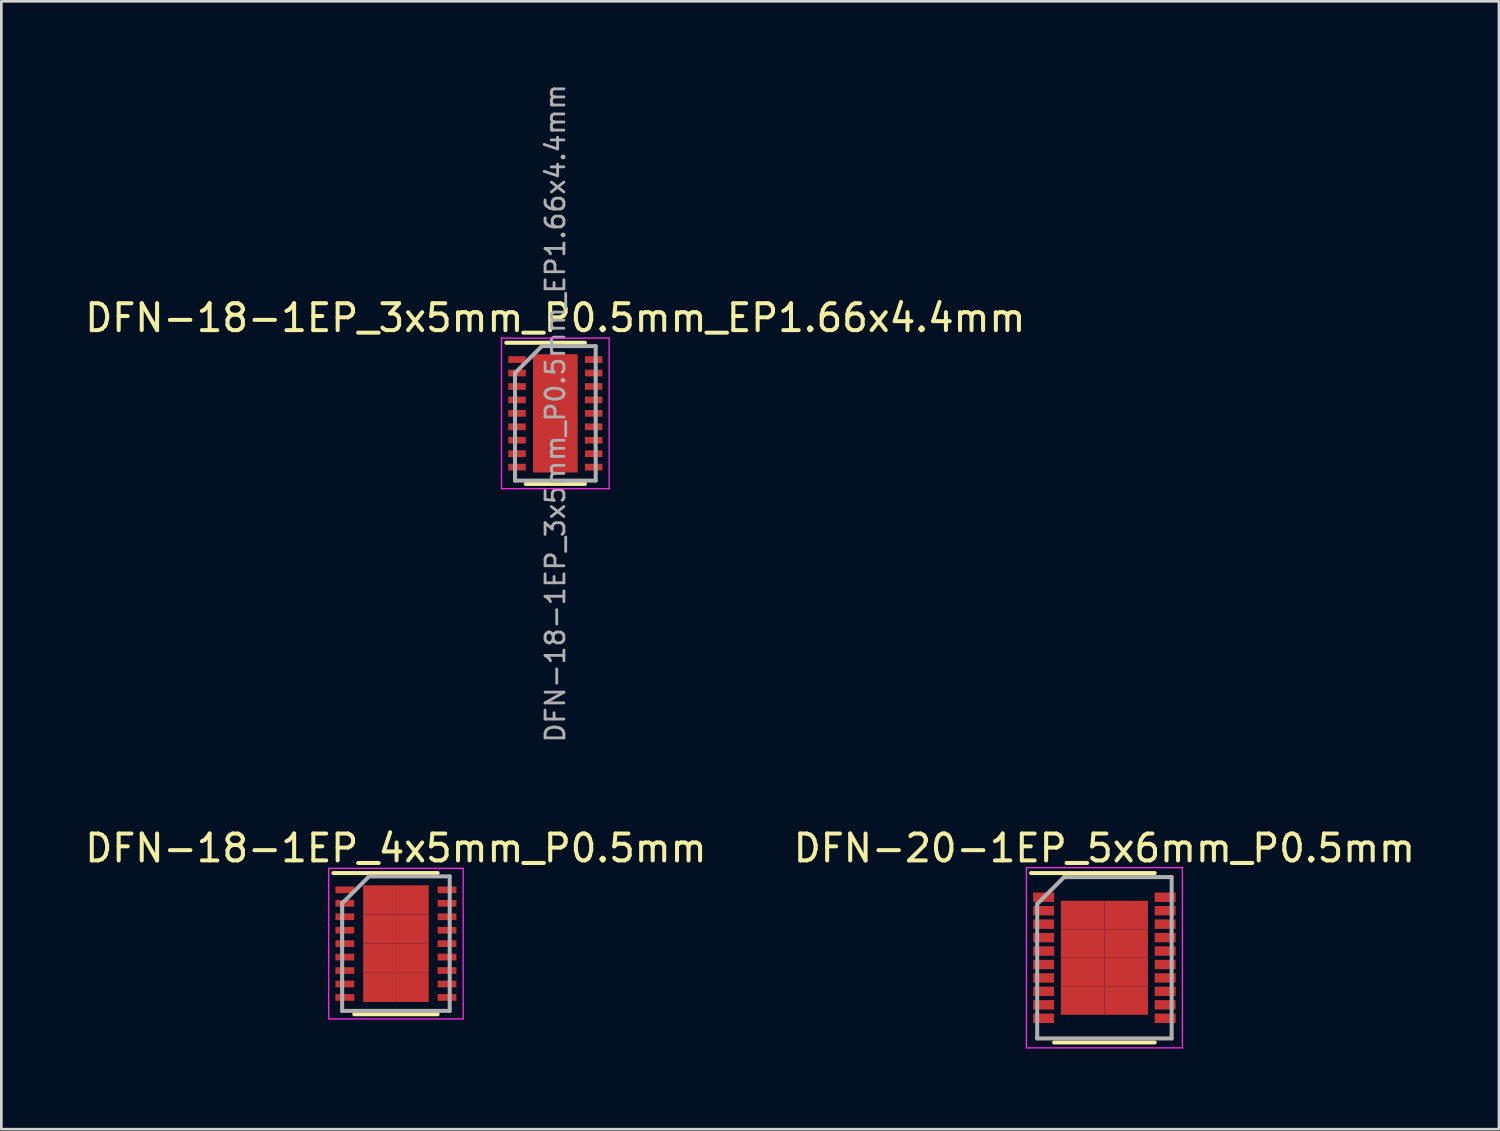
<source format=kicad_pcb>
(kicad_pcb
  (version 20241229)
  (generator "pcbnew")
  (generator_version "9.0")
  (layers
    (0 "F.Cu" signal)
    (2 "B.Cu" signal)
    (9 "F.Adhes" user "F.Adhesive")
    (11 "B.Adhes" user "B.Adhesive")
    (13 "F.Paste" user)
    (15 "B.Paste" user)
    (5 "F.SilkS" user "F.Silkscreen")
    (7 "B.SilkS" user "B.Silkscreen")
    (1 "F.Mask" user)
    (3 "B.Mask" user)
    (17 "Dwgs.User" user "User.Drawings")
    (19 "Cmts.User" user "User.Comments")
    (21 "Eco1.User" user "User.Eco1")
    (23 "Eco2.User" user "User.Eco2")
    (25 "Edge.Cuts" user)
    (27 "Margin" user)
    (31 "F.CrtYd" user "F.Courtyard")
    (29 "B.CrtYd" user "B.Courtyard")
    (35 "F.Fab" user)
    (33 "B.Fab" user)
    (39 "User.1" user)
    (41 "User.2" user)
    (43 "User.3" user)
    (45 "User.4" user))
  (footprint "DFN-18-1EP_3x5mm_P0.5mm_EP1.66x4.4mm"
    (layer "F.Cu")
    (at 17.601 12.321)
    (property "Reference" "DFN-18-1EP_3x5mm_P0.5mm_EP1.66x4.4mm" (at 0 -3.55 0) (layer "F.SilkS") (effects (font (size 1 1) (thickness 0.15))))
    (attr smd)
    (fp_line (start -1.825 -2.625) (end 1.1 -2.625) (stroke (width 0.15) (type solid)) (layer "F.SilkS"))
    (fp_line (start -1.1 2.625) (end 1.1 2.625) (stroke (width 0.15) (type solid)) (layer "F.SilkS"))
    (fp_line (start -2 -2.8) (end -2 2.8) (stroke (width 0.05) (type solid)) (layer "F.CrtYd"))
    (fp_line (start -2 -2.8) (end 2 -2.8) (stroke (width 0.05) (type solid)) (layer "F.CrtYd"))
    (fp_line (start -2 2.8) (end 2 2.8) (stroke (width 0.05) (type solid)) (layer "F.CrtYd"))
    (fp_line (start 2 -2.8) (end 2 2.8) (stroke (width 0.05) (type solid)) (layer "F.CrtYd"))
    (fp_line (start -1.5 -1.5) (end -0.5 -2.5) (stroke (width 0.15) (type solid)) (layer "F.Fab"))
    (fp_line (start -1.5 2.5) (end -1.5 -1.5) (stroke (width 0.15) (type solid)) (layer "F.Fab"))
    (fp_line (start -0.5 -2.5) (end 1.5 -2.5) (stroke (width 0.15) (type solid)) (layer "F.Fab"))
    (fp_line (start 1.5 -2.5) (end 1.5 2.5) (stroke (width 0.15) (type solid)) (layer "F.Fab"))
    (fp_line (start 1.5 2.5) (end -1.5 2.5) (stroke (width 0.15) (type solid)) (layer "F.Fab"))
    (fp_text user "${REFERENCE}" (at 0 0 90) (layer "F.Fab") (effects (font (size 0.7 0.7) (thickness 0.105))))
    (pad "" smd rect (at -0.415 -1.76) (size 0.67 0.71) (layers "F.Paste"))
    (pad "" smd rect (at -0.415 -0.88) (size 0.67 0.71) (layers "F.Paste"))
    (pad "" smd rect (at -0.415 0) (size 0.67 0.71) (layers "F.Paste"))
    (pad "" smd rect (at -0.415 0.88) (size 0.67 0.71) (layers "F.Paste"))
    (pad "" smd rect (at -0.415 1.76) (size 0.67 0.71) (layers "F.Paste"))
    (pad "" smd rect (at 0.415 -1.76) (size 0.67 0.71) (layers "F.Paste"))
    (pad "" smd rect (at 0.415 -0.88) (size 0.67 0.71) (layers "F.Paste"))
    (pad "" smd rect (at 0.415 0) (size 0.67 0.71) (layers "F.Paste"))
    (pad "" smd rect (at 0.415 0.88) (size 0.67 0.71) (layers "F.Paste"))
    (pad "" smd rect (at 0.415 1.76) (size 0.67 0.71) (layers "F.Paste"))
    (pad "1" smd rect (at -1.425 -2) (size 0.65 0.25) (layers "F.Cu" "F.Mask" "F.Paste"))
    (pad "2" smd rect (at -1.425 -1.5) (size 0.65 0.25) (layers "F.Cu" "F.Mask" "F.Paste"))
    (pad "3" smd rect (at -1.425 -1) (size 0.65 0.25) (layers "F.Cu" "F.Mask" "F.Paste"))
    (pad "4" smd rect (at -1.425 -0.5) (size 0.65 0.25) (layers "F.Cu" "F.Mask" "F.Paste"))
    (pad "5" smd rect (at -1.425 0) (size 0.65 0.25) (layers "F.Cu" "F.Mask" "F.Paste"))
    (pad "6" smd rect (at -1.425 0.5) (size 0.65 0.25) (layers "F.Cu" "F.Mask" "F.Paste"))
    (pad "7" smd rect (at -1.425 1) (size 0.65 0.25) (layers "F.Cu" "F.Mask" "F.Paste"))
    (pad "8" smd rect (at -1.425 1.5) (size 0.65 0.25) (layers "F.Cu" "F.Mask" "F.Paste"))
    (pad "9" smd rect (at -1.425 2) (size 0.65 0.25) (layers "F.Cu" "F.Mask" "F.Paste"))
    (pad "10" smd rect (at 1.425 2) (size 0.65 0.25) (layers "F.Cu" "F.Mask" "F.Paste"))
    (pad "11" smd rect (at 1.425 1.5) (size 0.65 0.25) (layers "F.Cu" "F.Mask" "F.Paste"))
    (pad "12" smd rect (at 1.425 1) (size 0.65 0.25) (layers "F.Cu" "F.Mask" "F.Paste"))
    (pad "13" smd rect (at 1.425 0.5) (size 0.65 0.25) (layers "F.Cu" "F.Mask" "F.Paste"))
    (pad "14" smd rect (at 1.425 0) (size 0.65 0.25) (layers "F.Cu" "F.Mask" "F.Paste"))
    (pad "15" smd rect (at 1.425 -0.5) (size 0.65 0.25) (layers "F.Cu" "F.Mask" "F.Paste"))
    (pad "16" smd rect (at 1.425 -1) (size 0.65 0.25) (layers "F.Cu" "F.Mask" "F.Paste"))
    (pad "17" smd rect (at 1.425 -1.5) (size 0.65 0.25) (layers "F.Cu" "F.Mask" "F.Paste"))
    (pad "18" smd rect (at 1.425 -2) (size 0.65 0.25) (layers "F.Cu" "F.Mask" "F.Paste"))
    (pad "19" smd rect (at 0 0) (size 1.66 4.4) (layers "F.Cu" "F.Mask")))
  (footprint "DFN-20-1EP_5x6mm_P0.5mm"
    (layer "F.Cu")
    (at 38.018 32.565)
    (property "Reference" "DFN-20-1EP_5x6mm_P0.5mm" (at 0 -4.075 0) (layer "F.SilkS") (effects (font (size 1 1) (thickness 0.15))))
    (attr smd)
    (fp_line (start -2.725 -3.15) (end 1.87 -3.15) (stroke (width 0.15) (type solid)) (layer "F.SilkS"))
    (fp_line (start -1.87 3.15) (end 1.87 3.15) (stroke (width 0.15) (type solid)) (layer "F.SilkS"))
    (fp_line (start -2.9 -3.35) (end -2.9 3.35) (stroke (width 0.05) (type solid)) (layer "F.CrtYd"))
    (fp_line (start -2.9 -3.35) (end 2.9 -3.35) (stroke (width 0.05) (type solid)) (layer "F.CrtYd"))
    (fp_line (start -2.9 3.35) (end 2.9 3.35) (stroke (width 0.05) (type solid)) (layer "F.CrtYd"))
    (fp_line (start 2.9 -3.35) (end 2.9 3.35) (stroke (width 0.05) (type solid)) (layer "F.CrtYd"))
    (fp_line (start -2.5 -2) (end -1.5 -3) (stroke (width 0.15) (type solid)) (layer "F.Fab"))
    (fp_line (start -2.5 3) (end -2.5 -2) (stroke (width 0.15) (type solid)) (layer "F.Fab"))
    (fp_line (start -1.5 -3) (end 2.5 -3) (stroke (width 0.15) (type solid)) (layer "F.Fab"))
    (fp_line (start 2.5 -3) (end 2.5 3) (stroke (width 0.15) (type solid)) (layer "F.Fab"))
    (fp_line (start 2.5 3) (end -2.5 3) (stroke (width 0.15) (type solid)) (layer "F.Fab"))
    (pad "1" smd rect (at -2.26 -2.25) (size 0.78 0.35) (layers "F.Cu" "F.Mask" "F.Paste"))
    (pad "2" smd rect (at -2.26 -1.75) (size 0.78 0.35) (layers "F.Cu" "F.Mask" "F.Paste"))
    (pad "3" smd rect (at -2.26 -1.25) (size 0.78 0.35) (layers "F.Cu" "F.Mask" "F.Paste"))
    (pad "4" smd rect (at -2.26 -0.75) (size 0.78 0.35) (layers "F.Cu" "F.Mask" "F.Paste"))
    (pad "5" smd rect (at -2.26 -0.25) (size 0.78 0.35) (layers "F.Cu" "F.Mask" "F.Paste"))
    (pad "6" smd rect (at -2.26 0.25) (size 0.78 0.35) (layers "F.Cu" "F.Mask" "F.Paste"))
    (pad "7" smd rect (at -2.26 0.75) (size 0.78 0.35) (layers "F.Cu" "F.Mask" "F.Paste"))
    (pad "8" smd rect (at -2.26 1.25) (size 0.78 0.35) (layers "F.Cu" "F.Mask" "F.Paste"))
    (pad "9" smd rect (at -2.26 1.75) (size 0.78 0.35) (layers "F.Cu" "F.Mask" "F.Paste"))
    (pad "10" smd rect (at -2.26 2.25) (size 0.78 0.35) (layers "F.Cu" "F.Mask" "F.Paste"))
    (pad "11" smd rect (at 2.26 2.25) (size 0.78 0.35) (layers "F.Cu" "F.Mask" "F.Paste"))
    (pad "12" smd rect (at 2.26 1.75) (size 0.78 0.35) (layers "F.Cu" "F.Mask" "F.Paste"))
    (pad "13" smd rect (at 2.26 1.25) (size 0.78 0.35) (layers "F.Cu" "F.Mask" "F.Paste"))
    (pad "14" smd rect (at 2.26 0.75) (size 0.78 0.35) (layers "F.Cu" "F.Mask" "F.Paste"))
    (pad "15" smd rect (at 2.26 0.25) (size 0.78 0.35) (layers "F.Cu" "F.Mask" "F.Paste"))
    (pad "16" smd rect (at 2.26 -0.25) (size 0.78 0.35) (layers "F.Cu" "F.Mask" "F.Paste"))
    (pad "17" smd rect (at 2.26 -0.75) (size 0.78 0.35) (layers "F.Cu" "F.Mask" "F.Paste"))
    (pad "18" smd rect (at 2.26 -1.25) (size 0.78 0.35) (layers "F.Cu" "F.Mask" "F.Paste"))
    (pad "19" smd rect (at 2.26 -1.75) (size 0.78 0.35) (layers "F.Cu" "F.Mask" "F.Paste"))
    (pad "20" smd rect (at 2.26 -2.25) (size 0.78 0.35) (layers "F.Cu" "F.Mask" "F.Paste"))
    (pad "21" smd rect (at -0.81 -1.59) (size 1.62 1.06) (layers "F.Cu" "F.Mask" "F.Paste"))
    (pad "21" smd rect (at -0.81 -0.53) (size 1.62 1.06) (layers "F.Cu" "F.Mask" "F.Paste"))
    (pad "21" smd rect (at -0.81 0.53) (size 1.62 1.06) (layers "F.Cu" "F.Mask" "F.Paste"))
    (pad "21" smd rect (at -0.81 1.59) (size 1.62 1.06) (layers "F.Cu" "F.Mask" "F.Paste"))
    (pad "21" smd rect (at 0.81 -1.59) (size 1.62 1.06) (layers "F.Cu" "F.Mask" "F.Paste"))
    (pad "21" smd rect (at 0.81 -0.53) (size 1.62 1.06) (layers "F.Cu" "F.Mask" "F.Paste"))
    (pad "21" smd rect (at 0.81 0.53) (size 1.62 1.06) (layers "F.Cu" "F.Mask" "F.Paste"))
    (pad "21" smd rect (at 0.81 1.59) (size 1.62 1.06) (layers "F.Cu" "F.Mask" "F.Paste")))
  (footprint "DFN-18-1EP_4x5mm_P0.5mm"
    (layer "F.Cu")
    (at 11.673 32.04)
    (property "Reference" "DFN-18-1EP_4x5mm_P0.5mm" (at 0 -3.55 0) (layer "F.SilkS") (effects (font (size 1 1) (thickness 0.15))))
    (attr smd)
    (fp_line (start -2.325 -2.625) (end 1.55 -2.625) (stroke (width 0.15) (type solid)) (layer "F.SilkS"))
    (fp_line (start -1.55 2.625) (end 1.55 2.625) (stroke (width 0.15) (type solid)) (layer "F.SilkS"))
    (fp_line (start -2.5 -2.8) (end -2.5 2.8) (stroke (width 0.05) (type solid)) (layer "F.CrtYd"))
    (fp_line (start -2.5 -2.8) (end 2.5 -2.8) (stroke (width 0.05) (type solid)) (layer "F.CrtYd"))
    (fp_line (start -2.5 2.8) (end 2.5 2.8) (stroke (width 0.05) (type solid)) (layer "F.CrtYd"))
    (fp_line (start 2.5 -2.8) (end 2.5 2.8) (stroke (width 0.05) (type solid)) (layer "F.CrtYd"))
    (fp_line (start -2 -1.5) (end -1 -2.5) (stroke (width 0.15) (type solid)) (layer "F.Fab"))
    (fp_line (start -2 2.5) (end -2 -1.5) (stroke (width 0.15) (type solid)) (layer "F.Fab"))
    (fp_line (start -1 -2.5) (end 2 -2.5) (stroke (width 0.15) (type solid)) (layer "F.Fab"))
    (fp_line (start 2 -2.5) (end 2 2.5) (stroke (width 0.15) (type solid)) (layer "F.Fab"))
    (fp_line (start 2 2.5) (end -2 2.5) (stroke (width 0.15) (type solid)) (layer "F.Fab"))
    (pad "1" smd rect (at -1.9 -2) (size 0.7 0.25) (layers "F.Cu" "F.Mask" "F.Paste"))
    (pad "2" smd rect (at -1.9 -1.5) (size 0.7 0.25) (layers "F.Cu" "F.Mask" "F.Paste"))
    (pad "3" smd rect (at -1.9 -1) (size 0.7 0.25) (layers "F.Cu" "F.Mask" "F.Paste"))
    (pad "4" smd rect (at -1.9 -0.5) (size 0.7 0.25) (layers "F.Cu" "F.Mask" "F.Paste"))
    (pad "5" smd rect (at -1.9 0) (size 0.7 0.25) (layers "F.Cu" "F.Mask" "F.Paste"))
    (pad "6" smd rect (at -1.9 0.5) (size 0.7 0.25) (layers "F.Cu" "F.Mask" "F.Paste"))
    (pad "7" smd rect (at -1.9 1) (size 0.7 0.25) (layers "F.Cu" "F.Mask" "F.Paste"))
    (pad "8" smd rect (at -1.9 1.5) (size 0.7 0.25) (layers "F.Cu" "F.Mask" "F.Paste"))
    (pad "9" smd rect (at -1.9 2) (size 0.7 0.25) (layers "F.Cu" "F.Mask" "F.Paste"))
    (pad "10" smd rect (at 1.9 2) (size 0.7 0.25) (layers "F.Cu" "F.Mask" "F.Paste"))
    (pad "11" smd rect (at 1.9 1.5) (size 0.7 0.25) (layers "F.Cu" "F.Mask" "F.Paste"))
    (pad "12" smd rect (at 1.9 1) (size 0.7 0.25) (layers "F.Cu" "F.Mask" "F.Paste"))
    (pad "13" smd rect (at 1.9 0.5) (size 0.7 0.25) (layers "F.Cu" "F.Mask" "F.Paste"))
    (pad "14" smd rect (at 1.9 0) (size 0.7 0.25) (layers "F.Cu" "F.Mask" "F.Paste"))
    (pad "15" smd rect (at 1.9 -0.5) (size 0.7 0.25) (layers "F.Cu" "F.Mask" "F.Paste"))
    (pad "16" smd rect (at 1.9 -1) (size 0.7 0.25) (layers "F.Cu" "F.Mask" "F.Paste"))
    (pad "17" smd rect (at 1.9 -1.5) (size 0.7 0.25) (layers "F.Cu" "F.Mask" "F.Paste"))
    (pad "18" smd rect (at 1.9 -2) (size 0.7 0.25) (layers "F.Cu" "F.Mask" "F.Paste"))
    (pad "19" smd rect (at -0.61 -1.627) (size 1.22 1.085) (layers "F.Cu" "F.Mask" "F.Paste"))
    (pad "19" smd rect (at -0.61 -0.542) (size 1.22 1.085) (layers "F.Cu" "F.Mask" "F.Paste"))
    (pad "19" smd rect (at -0.61 0.542) (size 1.22 1.085) (layers "F.Cu" "F.Mask" "F.Paste"))
    (pad "19" smd rect (at -0.61 1.627) (size 1.22 1.085) (layers "F.Cu" "F.Mask" "F.Paste"))
    (pad "19" smd rect (at 0.61 -1.627) (size 1.22 1.085) (layers "F.Cu" "F.Mask" "F.Paste"))
    (pad "19" smd rect (at 0.61 -0.542) (size 1.22 1.085) (layers "F.Cu" "F.Mask" "F.Paste"))
    (pad "19" smd rect (at 0.61 0.542) (size 1.22 1.085) (layers "F.Cu" "F.Mask" "F.Paste"))
    (pad "19" smd rect (at 0.61 1.627) (size 1.22 1.085) (layers "F.Cu" "F.Mask" "F.Paste")))
  (gr_rect
    (start -3 -3)
    (end 52.69 38.94)
    (stroke (width 0.1) (type default))
    (fill no)
    (layer "Edge.Cuts")))
</source>
